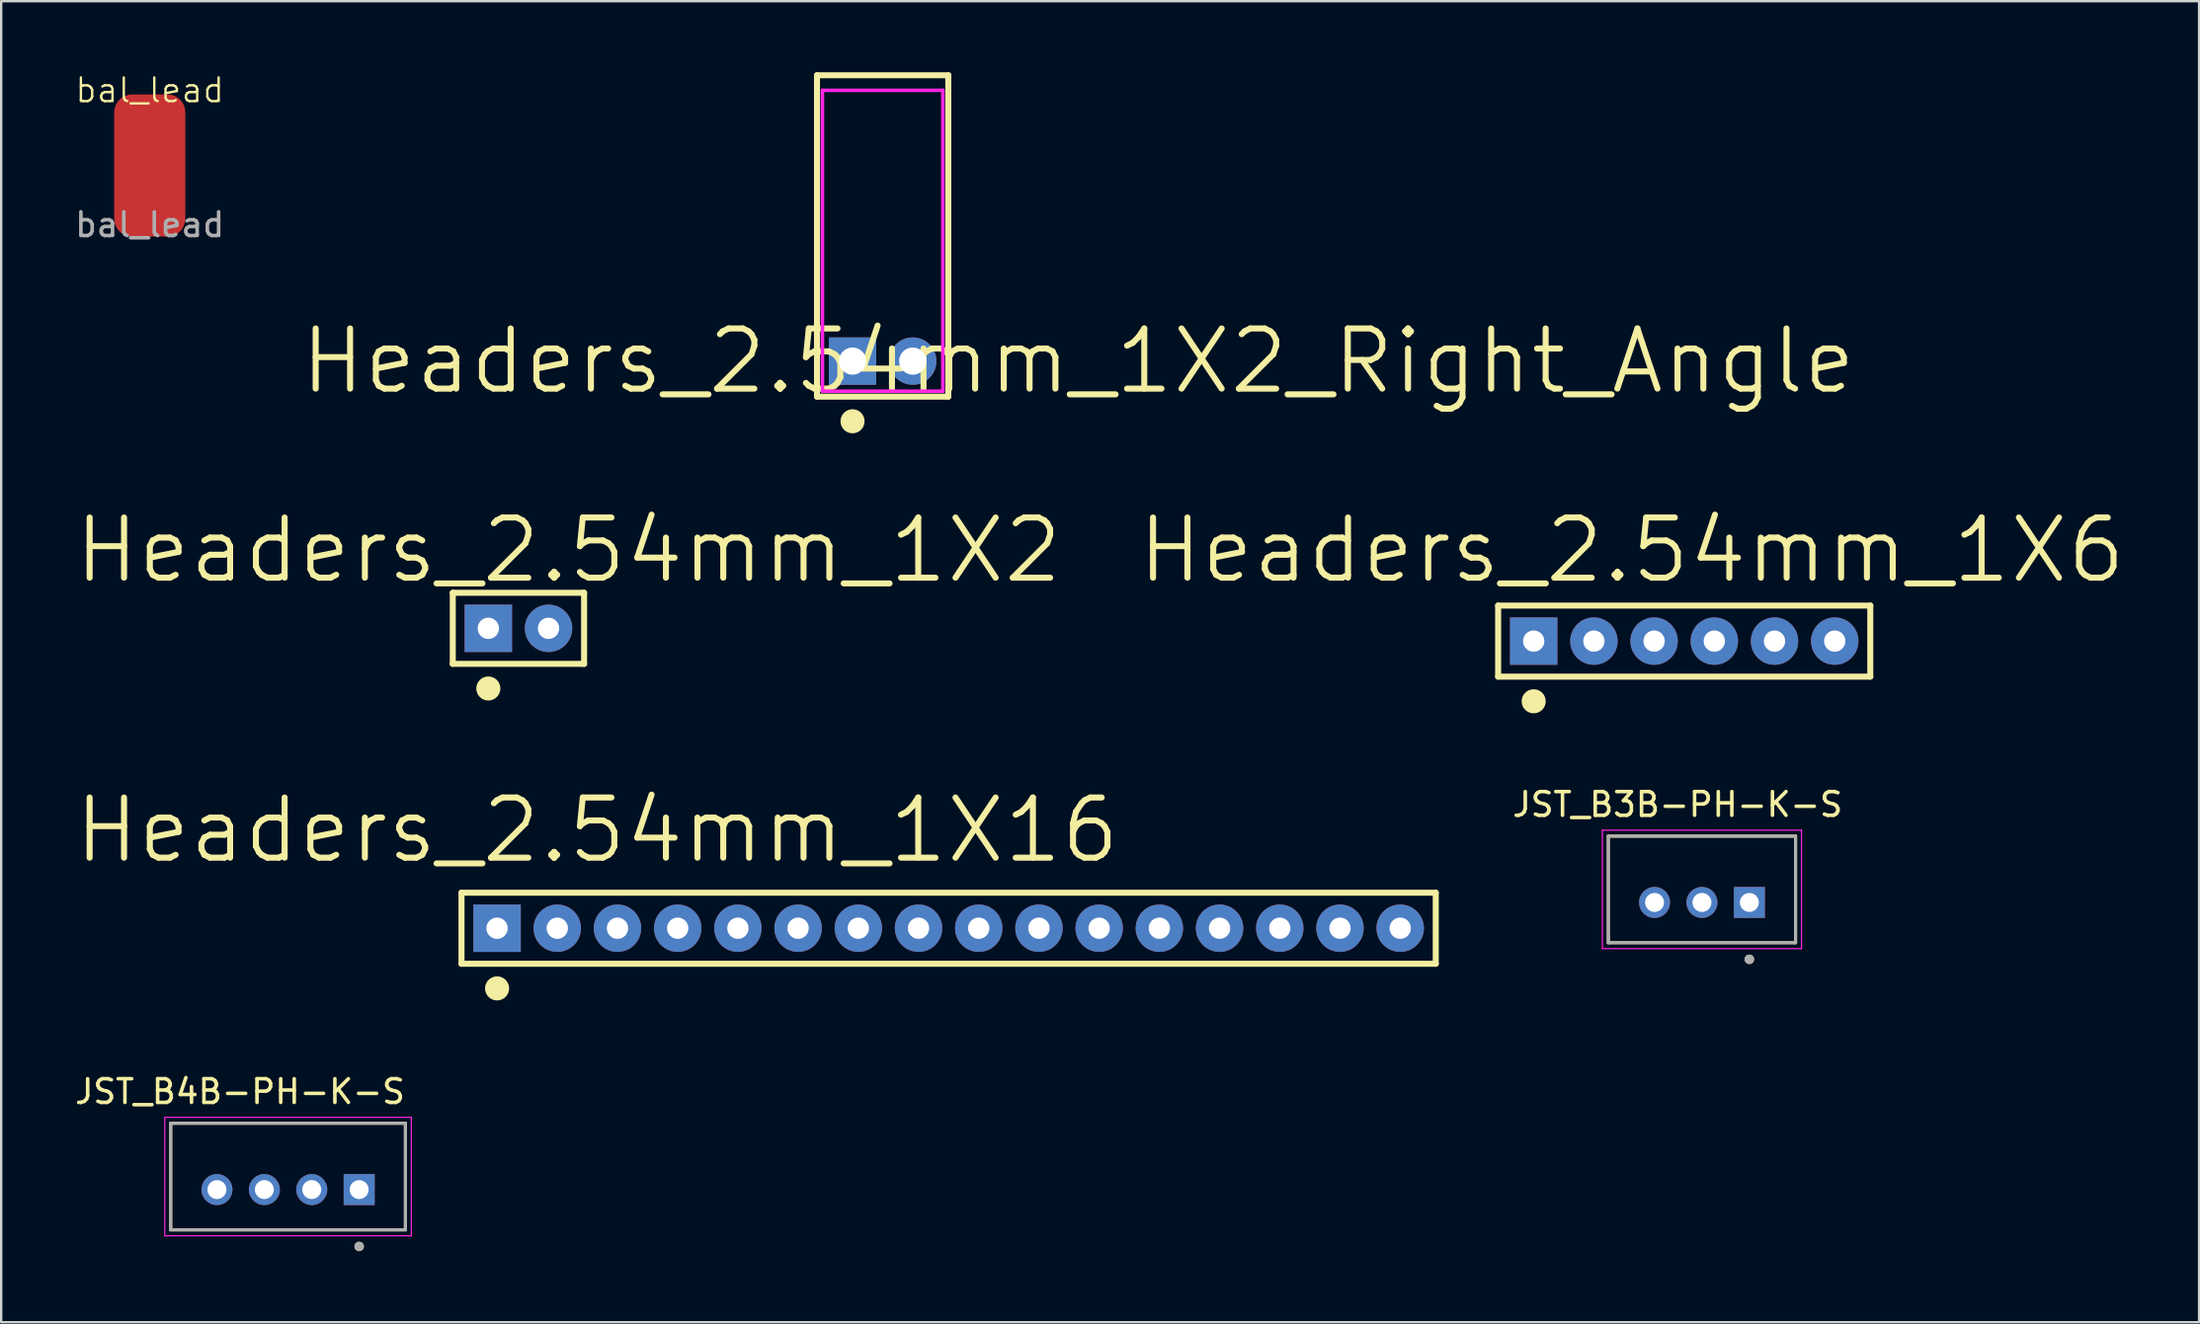
<source format=kicad_pcb>
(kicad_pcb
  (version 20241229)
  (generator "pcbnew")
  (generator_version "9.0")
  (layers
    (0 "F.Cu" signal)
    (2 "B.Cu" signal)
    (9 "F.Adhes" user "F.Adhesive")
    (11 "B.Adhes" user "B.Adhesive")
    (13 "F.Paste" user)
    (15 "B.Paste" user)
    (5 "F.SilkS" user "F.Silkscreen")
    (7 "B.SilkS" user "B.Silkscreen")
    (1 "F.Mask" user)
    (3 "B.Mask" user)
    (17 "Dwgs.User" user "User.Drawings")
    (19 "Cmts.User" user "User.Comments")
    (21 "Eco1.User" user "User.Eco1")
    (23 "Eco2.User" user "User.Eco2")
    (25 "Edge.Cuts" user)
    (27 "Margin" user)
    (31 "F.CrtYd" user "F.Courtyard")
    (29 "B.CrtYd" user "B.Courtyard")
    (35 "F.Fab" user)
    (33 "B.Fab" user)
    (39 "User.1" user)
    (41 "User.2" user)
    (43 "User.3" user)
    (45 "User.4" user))
  (footprint "Headers_2.54mm_1X6"
    (layer "F.Cu")
    (at 61.652 24.012)
    (property "Reference" "Headers_2.54mm_1X6" (at 4.14 -3.84 0) (layer "F.SilkS") (effects (font (size 2.54 2.54) (thickness 0.254))))
    (attr through_hole)
    (fp_line (start -1.5 -1.5) (end -1.5 1.5) (stroke (width 0.254) (type solid)) (layer "F.SilkS"))
    (fp_line (start -1.5 1.5) (end 14.2 1.5) (stroke (width 0.254) (type solid)) (layer "F.SilkS"))
    (fp_line (start 14.2 -1.5) (end -1.5 -1.5) (stroke (width 0.254) (type solid)) (layer "F.SilkS"))
    (fp_line (start 14.2 1.5) (end 14.2 -1.5) (stroke (width 0.254) (type solid)) (layer "F.SilkS"))
    (fp_circle (center 0 2.54) (end 0.254 2.54) (stroke (width 0.508) (type solid)) (fill no) (layer "F.SilkS"))
    (pad "1" thru_hole rect (at 0 0) (size 2 2) (drill 0.9) (layers "*.Cu" "*.Mask"))
    (pad "2" thru_hole circle (at 2.54 0) (size 2 2) (drill 0.9) (layers "*.Cu" "*.Mask"))
    (pad "3" thru_hole circle (at 5.08 0) (size 2 2) (drill 0.9) (layers "*.Cu" "*.Mask"))
    (pad "4" thru_hole circle (at 7.62 0) (size 2 2) (drill 0.9) (layers "*.Cu" "*.Mask"))
    (pad "5" thru_hole circle (at 10.16 0) (size 2 2) (drill 0.9) (layers "*.Cu" "*.Mask"))
    (pad "6" thru_hole circle (at 12.7 0) (size 2 2) (drill 0.9) (layers "*.Cu" "*.Mask")))
  (footprint "Headers_2.54mm_1X2"
    (layer "F.Cu")
    (at 17.551 23.472)
    (property "Reference" "Headers_2.54mm_1X2" (at 3.38 -3.3 0) (layer "F.SilkS") (effects (font (size 2.54 2.54) (thickness 0.254))))
    (attr through_hole)
    (fp_line (start -1.5 -1.5) (end -1.5 1.5) (stroke (width 0.254) (type solid)) (layer "F.SilkS"))
    (fp_line (start -1.5 1.5) (end 4.04 1.5) (stroke (width 0.254) (type solid)) (layer "F.SilkS"))
    (fp_line (start 4.04 -1.5) (end -1.5 -1.5) (stroke (width 0.254) (type solid)) (layer "F.SilkS"))
    (fp_line (start 4.04 1.5) (end 4.04 -1.5) (stroke (width 0.254) (type solid)) (layer "F.SilkS"))
    (fp_circle (center 0 2.54) (end 0.254 2.54) (stroke (width 0.508) (type solid)) (fill no) (layer "F.SilkS"))
    (pad "1" thru_hole rect (at 0 0) (size 2 2) (drill 0.9) (layers "*.Cu" "*.Mask"))
    (pad "2" thru_hole circle (at 2.54 0) (size 2 2) (drill 0.9) (layers "*.Cu" "*.Mask")))
  (footprint "Headers_2.54mm_1X2_Right_Angle"
    (layer "F.Cu")
    (at 32.916 12.192)
    (property "Reference" "Headers_2.54mm_1X2_Right_Angle" (at 9.525 0 0) (layer "F.SilkS") (effects (font (size 2.54 2.54) (thickness 0.254))))
    (attr through_hole)
    (fp_line (start -1.5 -12.065) (end -1.5 1.5) (stroke (width 0.254) (type solid)) (layer "F.SilkS"))
    (fp_line (start -1.5 1.5) (end 4.04 1.5) (stroke (width 0.254) (type solid)) (layer "F.SilkS"))
    (fp_line (start 4.04 -12.065) (end -1.5 -12.065) (stroke (width 0.254) (type solid)) (layer "F.SilkS"))
    (fp_line (start 4.04 1.5) (end 4.04 -12.065) (stroke (width 0.254) (type solid)) (layer "F.SilkS"))
    (fp_circle (center 0 2.54) (end 0.254 2.54) (stroke (width 0.508) (type solid)) (fill no) (layer "F.SilkS"))
    (fp_line (start -1.27 -11.43) (end -1.27 1.27) (stroke (width 0.15) (type solid)) (layer "F.CrtYd"))
    (fp_line (start -1.27 1.27) (end 3.81 1.27) (stroke (width 0.15) (type solid)) (layer "F.CrtYd"))
    (fp_line (start 3.81 -11.43) (end -1.27 -11.43) (stroke (width 0.15) (type solid)) (layer "F.CrtYd"))
    (fp_line (start 3.81 1.27) (end 3.81 -11.43) (stroke (width 0.15) (type solid)) (layer "F.CrtYd"))
    (pad "1" thru_hole rect (at 0 0) (size 2 2) (drill 1.15) (layers "*.Cu" "*.Mask"))
    (pad "2" thru_hole circle (at 2.54 0) (size 2 2) (drill 1.15) (layers "*.Cu" "*.Mask")))
  (footprint "JST_B4B-PH-K-S"
    (layer "F.Cu")
    (at 9.102 46.613)
    (property "Reference" "JST_B4B-PH-K-S" (at -2.025 -3.585 0) (layer "F.SilkS") (effects (font (size 1 1) (thickness 0.15))))
    (attr through_hole)
    (fp_line (start -4.95 -2.25) (end 4.95 -2.25) (stroke (width 0.127) (type solid)) (layer "F.SilkS"))
    (fp_line (start -4.95 2.25) (end -4.95 -2.25) (stroke (width 0.127) (type solid)) (layer "F.SilkS"))
    (fp_line (start 4.95 -2.25) (end 4.95 2.25) (stroke (width 0.127) (type solid)) (layer "F.SilkS"))
    (fp_line (start 4.95 2.25) (end -4.95 2.25) (stroke (width 0.127) (type solid)) (layer "F.SilkS"))
    (fp_circle (center 3 2.95) (end 3.1 2.95) (stroke (width 0.2) (type solid)) (fill no) (layer "F.SilkS"))
    (fp_line (start -5.2 -2.5) (end 5.2 -2.5) (stroke (width 0.05) (type solid)) (layer "F.CrtYd"))
    (fp_line (start -5.2 2.5) (end -5.2 -2.5) (stroke (width 0.05) (type solid)) (layer "F.CrtYd"))
    (fp_line (start 5.2 -2.5) (end 5.2 2.5) (stroke (width 0.05) (type solid)) (layer "F.CrtYd"))
    (fp_line (start 5.2 2.5) (end -5.2 2.5) (stroke (width 0.05) (type solid)) (layer "F.CrtYd"))
    (fp_line (start -4.95 -2.25) (end 4.95 -2.25) (stroke (width 0.127) (type solid)) (layer "F.Fab"))
    (fp_line (start -4.95 2.25) (end -4.95 -2.25) (stroke (width 0.127) (type solid)) (layer "F.Fab"))
    (fp_line (start 4.95 -2.25) (end 4.95 2.25) (stroke (width 0.127) (type solid)) (layer "F.Fab"))
    (fp_line (start 4.95 2.25) (end -4.95 2.25) (stroke (width 0.127) (type solid)) (layer "F.Fab"))
    (fp_circle (center 3 2.95) (end 3.1 2.95) (stroke (width 0.2) (type solid)) (fill no) (layer "F.Fab"))
    (pad "1" thru_hole rect (at 3 0.55) (size 1.308 1.308) (drill 0.8) (layers "*.Cu" "*.Mask"))
    (pad "2" thru_hole circle (at 1 0.55) (size 1.308 1.308) (drill 0.8) (layers "*.Cu" "*.Mask"))
    (pad "3" thru_hole circle (at -1 0.55) (size 1.308 1.308) (drill 0.8) (layers "*.Cu" "*.Mask"))
    (pad "4" thru_hole circle (at -3 0.55) (size 1.308 1.308) (drill 0.8) (layers "*.Cu" "*.Mask")))
  (footprint "Headers_2.54mm_1X16"
    (layer "F.Cu")
    (at 17.92 36.131)
    (property "Reference" "Headers_2.54mm_1X16" (at 4.22 -4.14 0) (layer "F.SilkS") (effects (font (size 2.54 2.54) (thickness 0.254))))
    (attr through_hole)
    (fp_line (start -1.5 -1.5) (end -1.5 1.5) (stroke (width 0.254) (type solid)) (layer "F.SilkS"))
    (fp_line (start -1.5 1.5) (end 39.6 1.5) (stroke (width 0.254) (type solid)) (layer "F.SilkS"))
    (fp_line (start 39.6 -1.5) (end -1.5 -1.5) (stroke (width 0.254) (type solid)) (layer "F.SilkS"))
    (fp_line (start 39.6 1.5) (end 39.6 -1.5) (stroke (width 0.254) (type solid)) (layer "F.SilkS"))
    (fp_circle (center 0 2.54) (end 0.254 2.54) (stroke (width 0.508) (type solid)) (fill no) (layer "F.SilkS"))
    (pad "1" thru_hole rect (at 0 0) (size 2 2) (drill 0.9) (layers "*.Cu" "*.Mask"))
    (pad "2" thru_hole circle (at 2.54 0) (size 2 2) (drill 0.9) (layers "*.Cu" "*.Mask"))
    (pad "3" thru_hole circle (at 5.08 0) (size 2 2) (drill 0.9) (layers "*.Cu" "*.Mask"))
    (pad "4" thru_hole circle (at 7.62 0) (size 2 2) (drill 0.9) (layers "*.Cu" "*.Mask"))
    (pad "5" thru_hole circle (at 10.16 0) (size 2 2) (drill 0.9) (layers "*.Cu" "*.Mask"))
    (pad "6" thru_hole circle (at 12.7 0) (size 2 2) (drill 0.9) (layers "*.Cu" "*.Mask"))
    (pad "7" thru_hole circle (at 15.24 0) (size 2 2) (drill 0.9) (layers "*.Cu" "*.Mask"))
    (pad "8" thru_hole circle (at 17.78 0) (size 2 2) (drill 0.9) (layers "*.Cu" "*.Mask"))
    (pad "9" thru_hole circle (at 20.32 0) (size 2 2) (drill 0.9) (layers "*.Cu" "*.Mask"))
    (pad "10" thru_hole circle (at 22.86 0) (size 2 2) (drill 0.9) (layers "*.Cu" "*.Mask"))
    (pad "11" thru_hole circle (at 25.4 0) (size 2 2) (drill 0.9) (layers "*.Cu" "*.Mask"))
    (pad "12" thru_hole circle (at 27.94 0) (size 2 2) (drill 0.9) (layers "*.Cu" "*.Mask"))
    (pad "13" thru_hole circle (at 30.48 0) (size 2 2) (drill 0.9) (layers "*.Cu" "*.Mask"))
    (pad "14" thru_hole circle (at 33.02 0) (size 2 2) (drill 0.9) (layers "*.Cu" "*.Mask"))
    (pad "15" thru_hole circle (at 35.56 0) (size 2 2) (drill 0.9) (layers "*.Cu" "*.Mask"))
    (pad "16" thru_hole circle (at 38.1 0) (size 2 2) (drill 0.9) (layers "*.Cu" "*.Mask")))
  (footprint "JST_B3B-PH-K-S"
    (layer "F.Cu")
    (at 68.75 34.493)
    (property "Reference" "JST_B3B-PH-K-S" (at -1.025 -3.585 0) (layer "F.SilkS") (effects (font (size 1 1) (thickness 0.15))))
    (attr through_hole)
    (fp_line (start -3.95 -2.25) (end 3.95 -2.25) (stroke (width 0.127) (type solid)) (layer "F.SilkS"))
    (fp_line (start -3.95 2.25) (end -3.95 -2.25) (stroke (width 0.127) (type solid)) (layer "F.SilkS"))
    (fp_line (start 3.95 -2.25) (end 3.95 2.25) (stroke (width 0.127) (type solid)) (layer "F.SilkS"))
    (fp_line (start 3.95 2.25) (end -3.95 2.25) (stroke (width 0.127) (type solid)) (layer "F.SilkS"))
    (fp_circle (center 2 2.95) (end 2.1 2.95) (stroke (width 0.2) (type solid)) (fill no) (layer "F.SilkS"))
    (fp_line (start -4.2 -2.5) (end 4.2 -2.5) (stroke (width 0.05) (type solid)) (layer "F.CrtYd"))
    (fp_line (start -4.2 2.5) (end -4.2 -2.5) (stroke (width 0.05) (type solid)) (layer "F.CrtYd"))
    (fp_line (start 4.2 -2.5) (end 4.2 2.5) (stroke (width 0.05) (type solid)) (layer "F.CrtYd"))
    (fp_line (start 4.2 2.5) (end -4.2 2.5) (stroke (width 0.05) (type solid)) (layer "F.CrtYd"))
    (fp_line (start -3.95 -2.25) (end 3.95 -2.25) (stroke (width 0.127) (type solid)) (layer "F.Fab"))
    (fp_line (start -3.95 2.25) (end -3.95 -2.25) (stroke (width 0.127) (type solid)) (layer "F.Fab"))
    (fp_line (start 3.95 -2.25) (end 3.95 2.25) (stroke (width 0.127) (type solid)) (layer "F.Fab"))
    (fp_line (start 3.95 2.25) (end -3.95 2.25) (stroke (width 0.127) (type solid)) (layer "F.Fab"))
    (fp_circle (center 2 2.95) (end 2.1 2.95) (stroke (width 0.2) (type solid)) (fill no) (layer "F.Fab"))
    (pad "1" thru_hole rect (at 2 0.55) (size 1.308 1.308) (drill 0.8) (layers "*.Cu" "*.Mask"))
    (pad "2" thru_hole circle (at 0 0.55) (size 1.308 1.308) (drill 0.8) (layers "*.Cu" "*.Mask"))
    (pad "3" thru_hole circle (at -2 0.55) (size 1.308 1.308) (drill 0.8) (layers "*.Cu" "*.Mask")))
  (footprint "bal_lead"
    (layer "F.Cu")
    (at 3.268 3.936)
    (property "Reference" "bal_lead" (at 0 -3.175 0) (unlocked yes) (layer "F.SilkS") (effects (font (size 1 1) (thickness 0.1))))
    (attr smd)
    (fp_text user "${REFERENCE}" (at 0 2.5 0) (unlocked yes) (layer "F.Fab") (effects (font (size 1 1) (thickness 0.15))))
    (pad "1" smd roundrect (at 0 0) (size 3 6) (layers "F.Cu" "F.Mask" "F.Paste") (roundrect_rratio 0.25)))
  (gr_rect
    (start -3 -3)
    (end 89.723 52.763)
    (stroke (width 0.1) (type default))
    (fill no)
    (layer "Edge.Cuts")))
</source>
